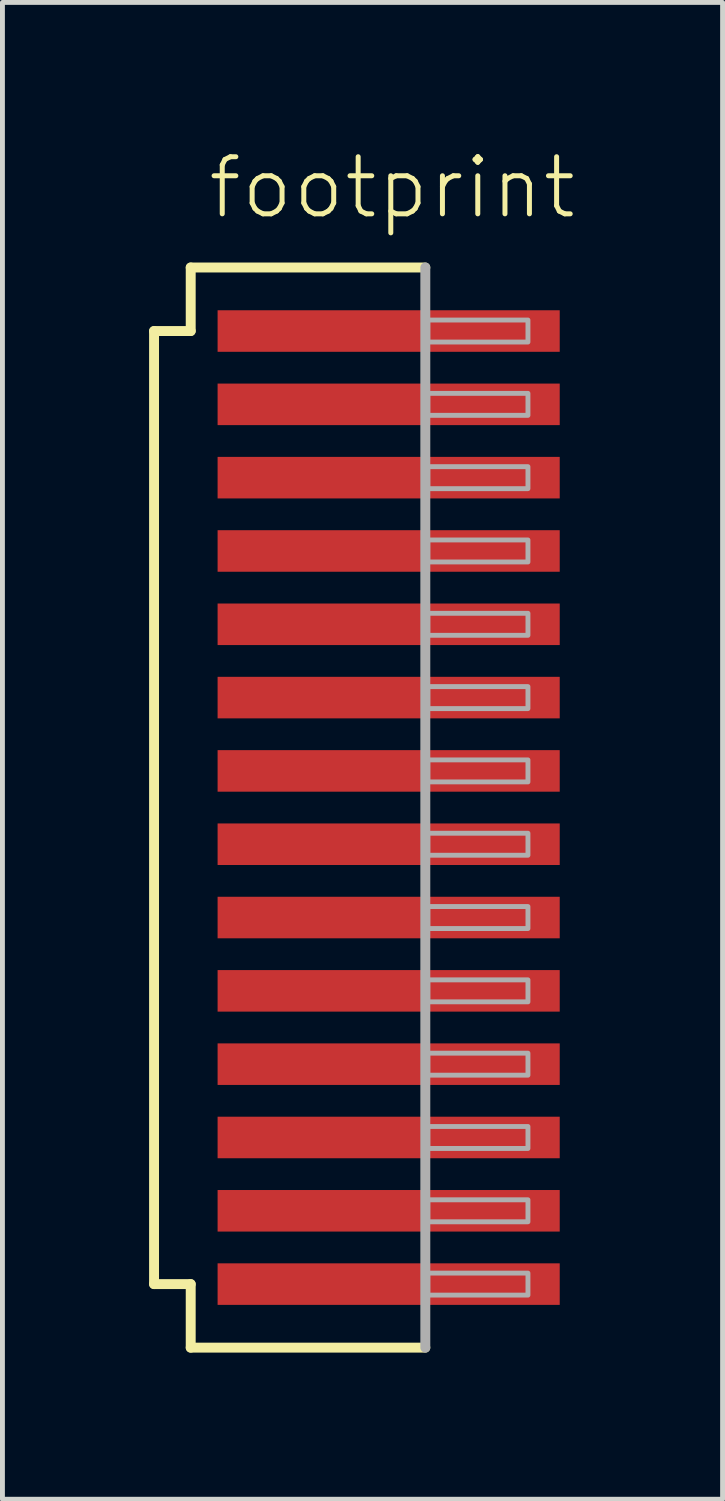
<source format=kicad_pcb>
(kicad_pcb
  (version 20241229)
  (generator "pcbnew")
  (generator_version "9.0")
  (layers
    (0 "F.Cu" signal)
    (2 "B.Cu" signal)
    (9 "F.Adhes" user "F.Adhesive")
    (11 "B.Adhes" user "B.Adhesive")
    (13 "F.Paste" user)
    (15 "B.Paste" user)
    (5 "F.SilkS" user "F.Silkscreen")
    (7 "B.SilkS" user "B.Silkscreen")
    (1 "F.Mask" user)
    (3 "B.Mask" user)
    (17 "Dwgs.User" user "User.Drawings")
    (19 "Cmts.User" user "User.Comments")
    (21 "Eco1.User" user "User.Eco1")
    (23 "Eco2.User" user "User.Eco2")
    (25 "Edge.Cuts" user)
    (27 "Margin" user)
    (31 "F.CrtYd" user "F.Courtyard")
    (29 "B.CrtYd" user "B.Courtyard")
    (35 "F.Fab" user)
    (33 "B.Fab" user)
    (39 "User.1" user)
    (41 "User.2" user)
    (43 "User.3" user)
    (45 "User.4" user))
  (footprint "footprint"
    (layer "F.Cu")
    (at 4.902 13.473)
    (property "Reference" "footprint" (at -3.75 -12 0) (layer "F.SilkS") (effects (font (size 1.168 1.168) (thickness 0.102)) (justify left bottom)))
    (fp_line (start -4.8 -9.75) (end -4.05 -9.75) (stroke (width 0.203) (type solid)) (layer "F.SilkS"))
    (fp_line (start -4.8 9.75) (end -4.8 -9.75) (stroke (width 0.203) (type solid)) (layer "F.SilkS"))
    (fp_line (start -4.05 -11.05) (end 0.75 -11.05) (stroke (width 0.203) (type solid)) (layer "F.SilkS"))
    (fp_line (start -4.05 -9.75) (end -4.05 -11.05) (stroke (width 0.203) (type solid)) (layer "F.SilkS"))
    (fp_line (start -4.05 9.75) (end -4.8 9.75) (stroke (width 0.203) (type solid)) (layer "F.SilkS"))
    (fp_line (start -4.05 11.05) (end -4.05 9.75) (stroke (width 0.203) (type solid)) (layer "F.SilkS"))
    (fp_line (start 0.75 11.05) (end -4.05 11.05) (stroke (width 0.203) (type solid)) (layer "F.SilkS"))
    (fp_line (start 0.75 -11.05) (end 0.75 11.05) (stroke (width 0.203) (type solid)) (layer "F.Fab"))
    (fp_poly (pts (xy 0.8 -9.525) (xy 2.85 -9.525) (xy 2.85 -9.975) (xy 0.8 -9.975)) (stroke (width 0.1) (type solid)) (fill no) (layer "F.Fab"))
    (fp_poly (pts (xy 0.8 -8.025) (xy 2.85 -8.025) (xy 2.85 -8.475) (xy 0.8 -8.475)) (stroke (width 0.1) (type solid)) (fill no) (layer "F.Fab"))
    (fp_poly (pts (xy 0.8 -6.525) (xy 2.85 -6.525) (xy 2.85 -6.975) (xy 0.8 -6.975)) (stroke (width 0.1) (type solid)) (fill no) (layer "F.Fab"))
    (fp_poly (pts (xy 0.8 -5.025) (xy 2.85 -5.025) (xy 2.85 -5.475) (xy 0.8 -5.475)) (stroke (width 0.1) (type solid)) (fill no) (layer "F.Fab"))
    (fp_poly (pts (xy 0.8 -3.525) (xy 2.85 -3.525) (xy 2.85 -3.975) (xy 0.8 -3.975)) (stroke (width 0.1) (type solid)) (fill no) (layer "F.Fab"))
    (fp_poly (pts (xy 0.8 -2.025) (xy 2.85 -2.025) (xy 2.85 -2.475) (xy 0.8 -2.475)) (stroke (width 0.1) (type solid)) (fill no) (layer "F.Fab"))
    (fp_poly (pts (xy 0.8 -0.525) (xy 2.85 -0.525) (xy 2.85 -0.975) (xy 0.8 -0.975)) (stroke (width 0.1) (type solid)) (fill no) (layer "F.Fab"))
    (fp_poly (pts (xy 0.8 0.975) (xy 2.85 0.975) (xy 2.85 0.525) (xy 0.8 0.525)) (stroke (width 0.1) (type solid)) (fill no) (layer "F.Fab"))
    (fp_poly (pts (xy 0.8 2.475) (xy 2.85 2.475) (xy 2.85 2.025) (xy 0.8 2.025)) (stroke (width 0.1) (type solid)) (fill no) (layer "F.Fab"))
    (fp_poly (pts (xy 0.8 3.975) (xy 2.85 3.975) (xy 2.85 3.525) (xy 0.8 3.525)) (stroke (width 0.1) (type solid)) (fill no) (layer "F.Fab"))
    (fp_poly (pts (xy 0.8 5.475) (xy 2.85 5.475) (xy 2.85 5.025) (xy 0.8 5.025)) (stroke (width 0.1) (type solid)) (fill no) (layer "F.Fab"))
    (fp_poly (pts (xy 0.8 6.975) (xy 2.85 6.975) (xy 2.85 6.525) (xy 0.8 6.525)) (stroke (width 0.1) (type solid)) (fill no) (layer "F.Fab"))
    (fp_poly (pts (xy 0.8 8.475) (xy 2.85 8.475) (xy 2.85 8.025) (xy 0.8 8.025)) (stroke (width 0.1) (type solid)) (fill no) (layer "F.Fab"))
    (fp_poly (pts (xy 0.8 9.975) (xy 2.85 9.975) (xy 2.85 9.525) (xy 0.8 9.525)) (stroke (width 0.1) (type solid)) (fill no) (layer "F.Fab"))
    (pad "1" smd rect (at 0 -9.75) (size 7 0.85) (layers "F.Cu" "F.Mask" "F.Paste"))
    (pad "2" smd rect (at 0 -8.25) (size 7 0.85) (layers "F.Cu" "F.Mask" "F.Paste"))
    (pad "3" smd rect (at 0 -6.75) (size 7 0.85) (layers "F.Cu" "F.Mask" "F.Paste"))
    (pad "4" smd rect (at 0 -5.25) (size 7 0.85) (layers "F.Cu" "F.Mask" "F.Paste"))
    (pad "5" smd rect (at 0 -3.75) (size 7 0.85) (layers "F.Cu" "F.Mask" "F.Paste"))
    (pad "6" smd rect (at 0 -2.25) (size 7 0.85) (layers "F.Cu" "F.Mask" "F.Paste"))
    (pad "7" smd rect (at 0 -0.75) (size 7 0.85) (layers "F.Cu" "F.Mask" "F.Paste"))
    (pad "8" smd rect (at 0 0.75) (size 7 0.85) (layers "F.Cu" "F.Mask" "F.Paste"))
    (pad "9" smd rect (at 0 2.25) (size 7 0.85) (layers "F.Cu" "F.Mask" "F.Paste"))
    (pad "10" smd rect (at 0 3.75) (size 7 0.85) (layers "F.Cu" "F.Mask" "F.Paste"))
    (pad "11" smd rect (at 0 5.25) (size 7 0.85) (layers "F.Cu" "F.Mask" "F.Paste"))
    (pad "12" smd rect (at 0 6.75) (size 7 0.85) (layers "F.Cu" "F.Mask" "F.Paste"))
    (pad "13" smd rect (at 0 8.25) (size 7 0.85) (layers "F.Cu" "F.Mask" "F.Paste"))
    (pad "14" smd rect (at 0 9.75) (size 7 0.85) (layers "F.Cu" "F.Mask" "F.Paste")))
  (gr_rect
    (start -3 -3)
    (end 11.734 27.625)
    (stroke (width 0.1) (type default))
    (fill no)
    (layer "Edge.Cuts")))
</source>
